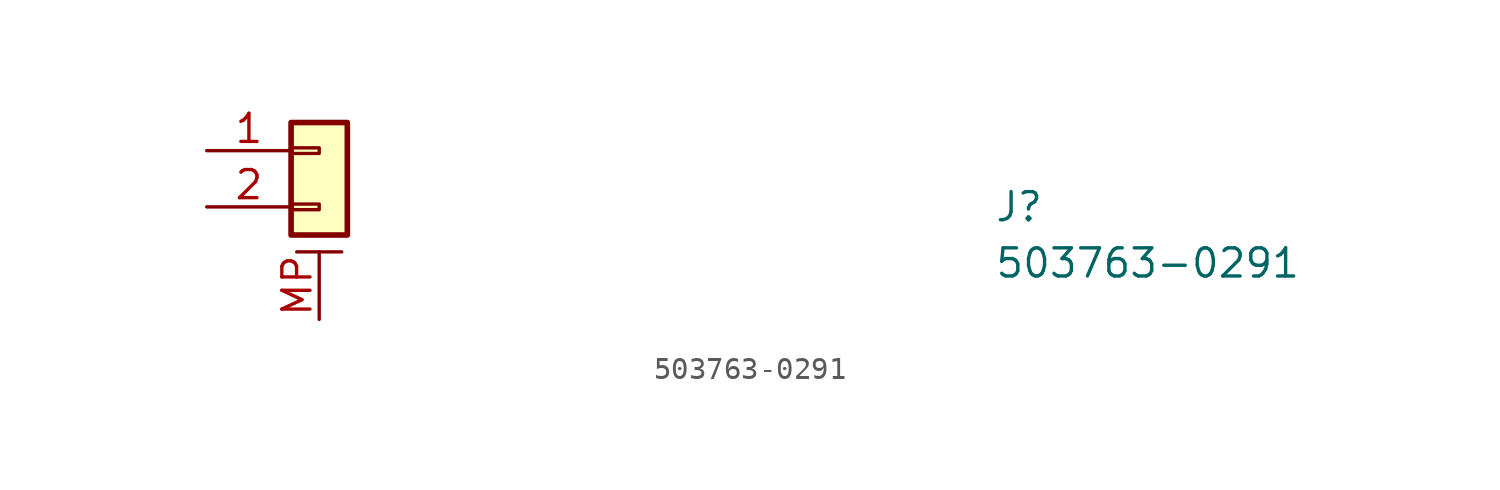
<source format=kicad_sym>
(kicad_symbol_lib
  (version 20220914)
  (generator kicad_symbol_editor)
  (symbol "503763-0291"
    (pin_names
      (offset 0.762) hide)
    (property "Reference" "J"
      (at 30.48 -1.27 0)
      (effects (font (size 1.27 1.27)) (justify left)))
    (property "Value" "503763-0291"
      (at 30.48 -3.81 0)
      (effects (font (size 1.27 1.27)) (justify left)))
    (symbol "503763-0291_1_1"
      (rectangle (start -1.27 -1.143) (end 0 -1.397) (stroke (width 0.152) (type default)) (fill (type none)))
      (rectangle (start -1.27 1.397) (end 0 1.143) (stroke (width 0.152) (type default)) (fill (type none)))
      (rectangle (start -1.27 2.54) (end 1.27 -2.54) (stroke (width 0.254) (type default)) (fill (type background)))
      (polyline (pts (xy -1.016 -3.302) (xy 1.016 -3.302)) (stroke (width 0.152) (type default)) (fill (type none)))
      (pin passive line (at -5.08 1.27 0) (length 3.81) (name "Pin_1" (effects (font (size 1.27 1.27)))) (number "1" (effects (font (size 1.27 1.27)))))
      (pin passive line (at -5.08 -1.27 0) (length 3.81) (name "Pin_2" (effects (font (size 1.27 1.27)))) (number "2" (effects (font (size 1.27 1.27)))))
      (pin passive line (at 0 -6.35 90) (length 3.048) (name "MountPin" (effects (font (size 1.27 1.27)))) (number "MP" (effects (font (size 1.27 1.27))))))))
</source>
